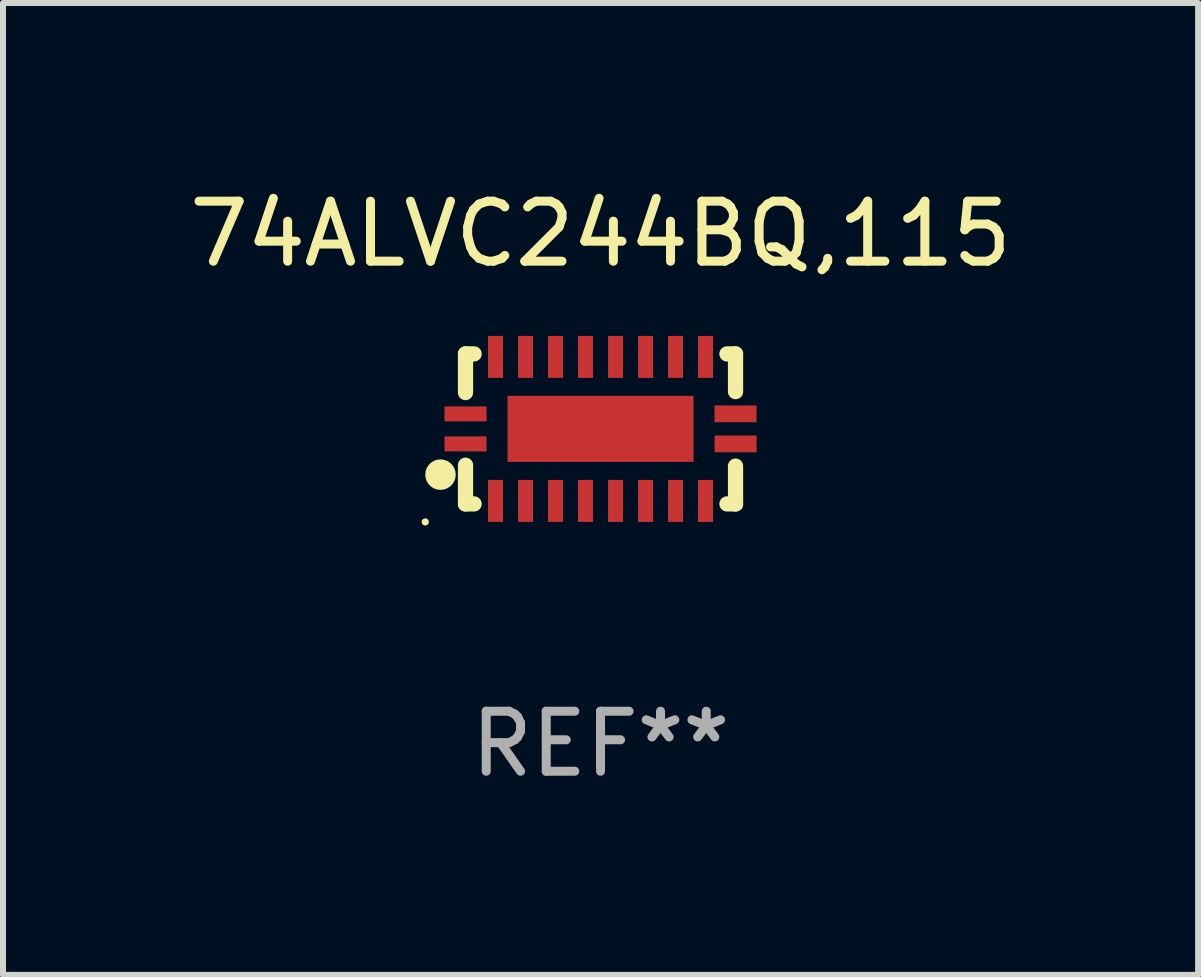
<source format=kicad_pcb>
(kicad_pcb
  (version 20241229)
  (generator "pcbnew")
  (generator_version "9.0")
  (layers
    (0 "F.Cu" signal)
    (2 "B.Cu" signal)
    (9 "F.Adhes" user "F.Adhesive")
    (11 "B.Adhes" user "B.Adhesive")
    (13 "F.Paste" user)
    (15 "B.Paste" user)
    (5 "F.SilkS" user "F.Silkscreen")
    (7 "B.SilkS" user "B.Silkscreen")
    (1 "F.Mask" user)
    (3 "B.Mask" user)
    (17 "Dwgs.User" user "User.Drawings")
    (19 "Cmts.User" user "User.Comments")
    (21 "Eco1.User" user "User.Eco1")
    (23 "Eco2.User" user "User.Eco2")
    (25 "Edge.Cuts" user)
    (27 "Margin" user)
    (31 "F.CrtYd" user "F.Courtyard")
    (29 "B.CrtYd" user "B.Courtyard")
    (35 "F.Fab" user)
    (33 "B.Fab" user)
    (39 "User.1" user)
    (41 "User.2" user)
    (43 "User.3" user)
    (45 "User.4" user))
  (footprint "74ALVC244BQ,115"
    (layer "F.Cu")
    (at 6.958 4.098)
    (property "Reference" "74ALVC244BQ,115" (at 0 -3.25 0) (layer "F.SilkS") (effects (font (size 1 1) (thickness 0.15))))
    (attr through_hole)
    (fp_line (start -2.25 0.605) (end -2.25 1.25) (stroke (width 0.254) (type solid)) (layer "F.SilkS"))
    (fp_line (start -2.25 1.25) (end -2.107 1.25) (stroke (width 0.254) (type solid)) (layer "F.SilkS"))
    (fp_line (start -2.25 -1.25) (end -2.25 -0.606) (stroke (width 0.254) (type solid)) (layer "F.SilkS"))
    (fp_line (start -2.25 -1.25) (end -2.107 -1.25) (stroke (width 0.254) (type solid)) (layer "F.SilkS"))
    (fp_line (start 2.107 -1.25) (end 2.25 -1.25) (stroke (width 0.254) (type solid)) (layer "F.SilkS"))
    (fp_line (start 2.107 1.25) (end 2.25 1.25) (stroke (width 0.254) (type solid)) (layer "F.SilkS"))
    (fp_line (start 2.25 -1.25) (end 2.25 -0.622) (stroke (width 0.254) (type solid)) (layer "F.SilkS"))
    (fp_line (start 2.25 0.62) (end 2.25 1.25) (stroke (width 0.254) (type solid)) (layer "F.SilkS"))
    (fp_circle (center -2.921 1.55) (end -2.891 1.55) (stroke (width 0.06) (type solid)) (fill no) (layer "F.SilkS"))
    (fp_circle (center -2.667 0.762) (end -2.54 0.762) (stroke (width 0.254) (type solid)) (fill no) (layer "F.SilkS"))
    (fp_text user "REF**" (at 0 5.25 0) (layer "F.Fab") (effects (font (size 1 1) (thickness 0.15))))
    (pad "1" smd rect (at -2.25 0.25 180) (size 0.7 0.25) (layers "F.Cu" "F.Mask" "F.Paste"))
    (pad "2" smd rect (at -1.75 1.2 90) (size 0.7 0.25) (layers "F.Cu" "F.Mask" "F.Paste"))
    (pad "3" smd rect (at -1.25 1.2 90) (size 0.7 0.25) (layers "F.Cu" "F.Mask" "F.Paste"))
    (pad "4" smd rect (at -0.751 1.2 90) (size 0.7 0.25) (layers "F.Cu" "F.Mask" "F.Paste"))
    (pad "5" smd rect (at -0.25 1.2 90) (size 0.7 0.25) (layers "F.Cu" "F.Mask" "F.Paste"))
    (pad "6" smd rect (at 0.25 1.2 90) (size 0.7 0.25) (layers "F.Cu" "F.Mask" "F.Paste"))
    (pad "7" smd rect (at 0.751 1.2 90) (size 0.7 0.25) (layers "F.Cu" "F.Mask" "F.Paste"))
    (pad "8" smd rect (at 1.25 1.2 90) (size 0.7 0.25) (layers "F.Cu" "F.Mask" "F.Paste"))
    (pad "9" smd rect (at 1.75 1.2 90) (size 0.7 0.25) (layers "F.Cu" "F.Mask" "F.Paste"))
    (pad "10" smd rect (at 2.25 0.25 180) (size 0.7 0.28) (layers "F.Cu" "F.Mask" "F.Paste"))
    (pad "11" smd rect (at 2.25 -0.251 180) (size 0.7 0.28) (layers "F.Cu" "F.Mask" "F.Paste"))
    (pad "12" smd rect (at 1.75 -1.2 90) (size 0.7 0.25) (layers "F.Cu" "F.Mask" "F.Paste"))
    (pad "13" smd rect (at 1.25 -1.2 90) (size 0.7 0.25) (layers "F.Cu" "F.Mask" "F.Paste"))
    (pad "14" smd rect (at 0.751 -1.2 90) (size 0.7 0.25) (layers "F.Cu" "F.Mask" "F.Paste"))
    (pad "15" smd rect (at 0.25 -1.2 90) (size 0.7 0.25) (layers "F.Cu" "F.Mask" "F.Paste"))
    (pad "16" smd rect (at -0.25 -1.2 90) (size 0.7 0.25) (layers "F.Cu" "F.Mask" "F.Paste"))
    (pad "17" smd rect (at -0.751 -1.2 90) (size 0.7 0.25) (layers "F.Cu" "F.Mask" "F.Paste"))
    (pad "18" smd rect (at -1.25 -1.2 90) (size 0.7 0.25) (layers "F.Cu" "F.Mask" "F.Paste"))
    (pad "19" smd rect (at -1.75 -1.2 90) (size 0.7 0.25) (layers "F.Cu" "F.Mask" "F.Paste"))
    (pad "20" smd rect (at -2.25 -0.25 180) (size 0.7 0.25) (layers "F.Cu" "F.Mask" "F.Paste"))
    (pad "21" smd rect (at 0 -0.001 180) (size 3.1 1.1) (layers "F.Cu" "F.Mask" "F.Paste")))
  (gr_rect
    (start -3 -3)
    (end 16.917 13.197)
    (stroke (width 0.1) (type default))
    (fill no)
    (layer "Edge.Cuts")))
</source>
